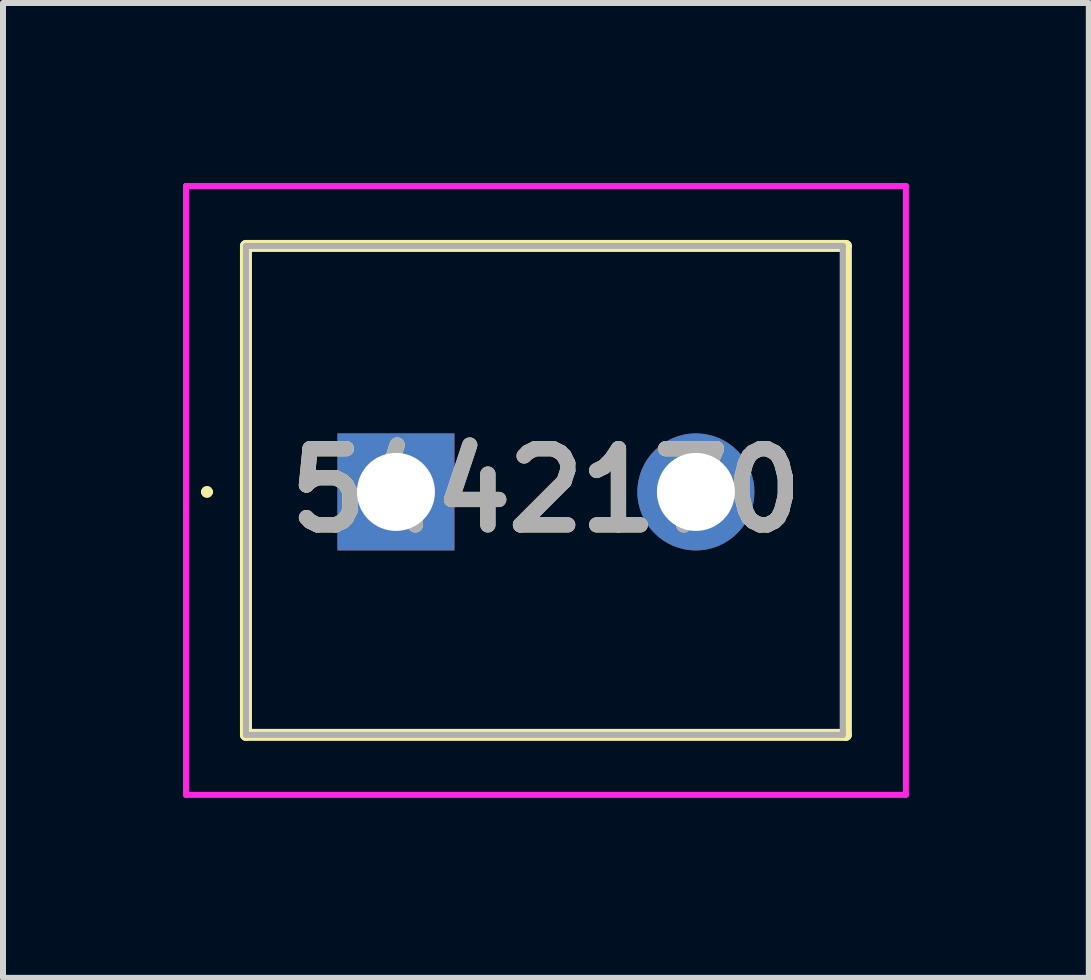
<source format=kicad_pcb>
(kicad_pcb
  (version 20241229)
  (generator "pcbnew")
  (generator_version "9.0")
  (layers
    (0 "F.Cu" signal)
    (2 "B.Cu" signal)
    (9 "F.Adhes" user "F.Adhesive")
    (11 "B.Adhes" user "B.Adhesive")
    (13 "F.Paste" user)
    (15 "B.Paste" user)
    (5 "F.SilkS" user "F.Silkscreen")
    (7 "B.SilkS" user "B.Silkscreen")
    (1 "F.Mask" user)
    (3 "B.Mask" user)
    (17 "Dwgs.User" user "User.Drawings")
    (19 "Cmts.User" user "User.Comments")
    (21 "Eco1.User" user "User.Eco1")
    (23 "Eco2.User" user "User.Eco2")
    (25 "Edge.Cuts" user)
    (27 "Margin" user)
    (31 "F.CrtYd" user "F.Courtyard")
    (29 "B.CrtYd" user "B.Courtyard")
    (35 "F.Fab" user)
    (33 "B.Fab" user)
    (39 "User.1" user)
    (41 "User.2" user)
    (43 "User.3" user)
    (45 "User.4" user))
  (footprint "5442170"
    (layer "F.Cu")
    (at 3.55 5.15)
    (property "Reference" "5442170" (at 2.5 -0.025 0) (layer "F.SilkS") (effects (font (size 1.27 1.27) (thickness 0.254))))
    (attr through_hole)
    (fp_line (start -3.2 0) (end -3.2 0) (stroke (width 0.1) (type solid)) (layer "F.SilkS"))
    (fp_line (start -3.1 0) (end -3.1 0) (stroke (width 0.1) (type solid)) (layer "F.SilkS"))
    (fp_line (start -2.5 -4.1) (end 7.5 -4.1) (stroke (width 0.2) (type solid)) (layer "F.SilkS"))
    (fp_line (start -2.5 4.05) (end -2.5 -4.1) (stroke (width 0.2) (type solid)) (layer "F.SilkS"))
    (fp_line (start 7.5 -4.1) (end 7.5 4.05) (stroke (width 0.2) (type solid)) (layer "F.SilkS"))
    (fp_line (start 7.5 4.05) (end -2.5 4.05) (stroke (width 0.2) (type solid)) (layer "F.SilkS"))
    (fp_arc (start -3.2 0) (mid -3.15 -0.05) (end -3.1 0) (stroke (width 0.1) (type solid)) (layer "F.SilkS"))
    (fp_arc (start -3.1 0) (mid -3.15 0.05) (end -3.2 0) (stroke (width 0.1) (type solid)) (layer "F.SilkS"))
    (fp_line (start -3.5 -5.1) (end 8.5 -5.1) (stroke (width 0.1) (type solid)) (layer "F.CrtYd"))
    (fp_line (start -3.5 5.05) (end -3.5 -5.1) (stroke (width 0.1) (type solid)) (layer "F.CrtYd"))
    (fp_line (start 8.5 -5.1) (end 8.5 5.05) (stroke (width 0.1) (type solid)) (layer "F.CrtYd"))
    (fp_line (start 8.5 5.05) (end -3.5 5.05) (stroke (width 0.1) (type solid)) (layer "F.CrtYd"))
    (fp_line (start -2.5 -4.1) (end 7.45 -4.1) (stroke (width 0.1) (type solid)) (layer "F.Fab"))
    (fp_line (start -2.5 4.05) (end -2.5 -4.1) (stroke (width 0.1) (type solid)) (layer "F.Fab"))
    (fp_line (start 7.45 -4.1) (end 7.45 4.05) (stroke (width 0.1) (type solid)) (layer "F.Fab"))
    (fp_line (start 7.45 4.05) (end -2.5 4.05) (stroke (width 0.1) (type solid)) (layer "F.Fab"))
    (fp_text user "${REFERENCE}" (at 2.5 -0.025 0) (layer "F.Fab") (effects (font (size 1.27 1.27) (thickness 0.254))))
    (pad "1" thru_hole rect (at 0 0) (size 1.95 1.95) (drill 1.3) (layers "*.Cu" "*.Mask"))
    (pad "2" thru_hole circle (at 5 0) (size 1.95 1.95) (drill 1.3) (layers "*.Cu" "*.Mask")))
  (gr_rect
    (start -3 -3)
    (end 15.1 13.25)
    (stroke (width 0.1) (type default))
    (fill no)
    (layer "Edge.Cuts")))
</source>
